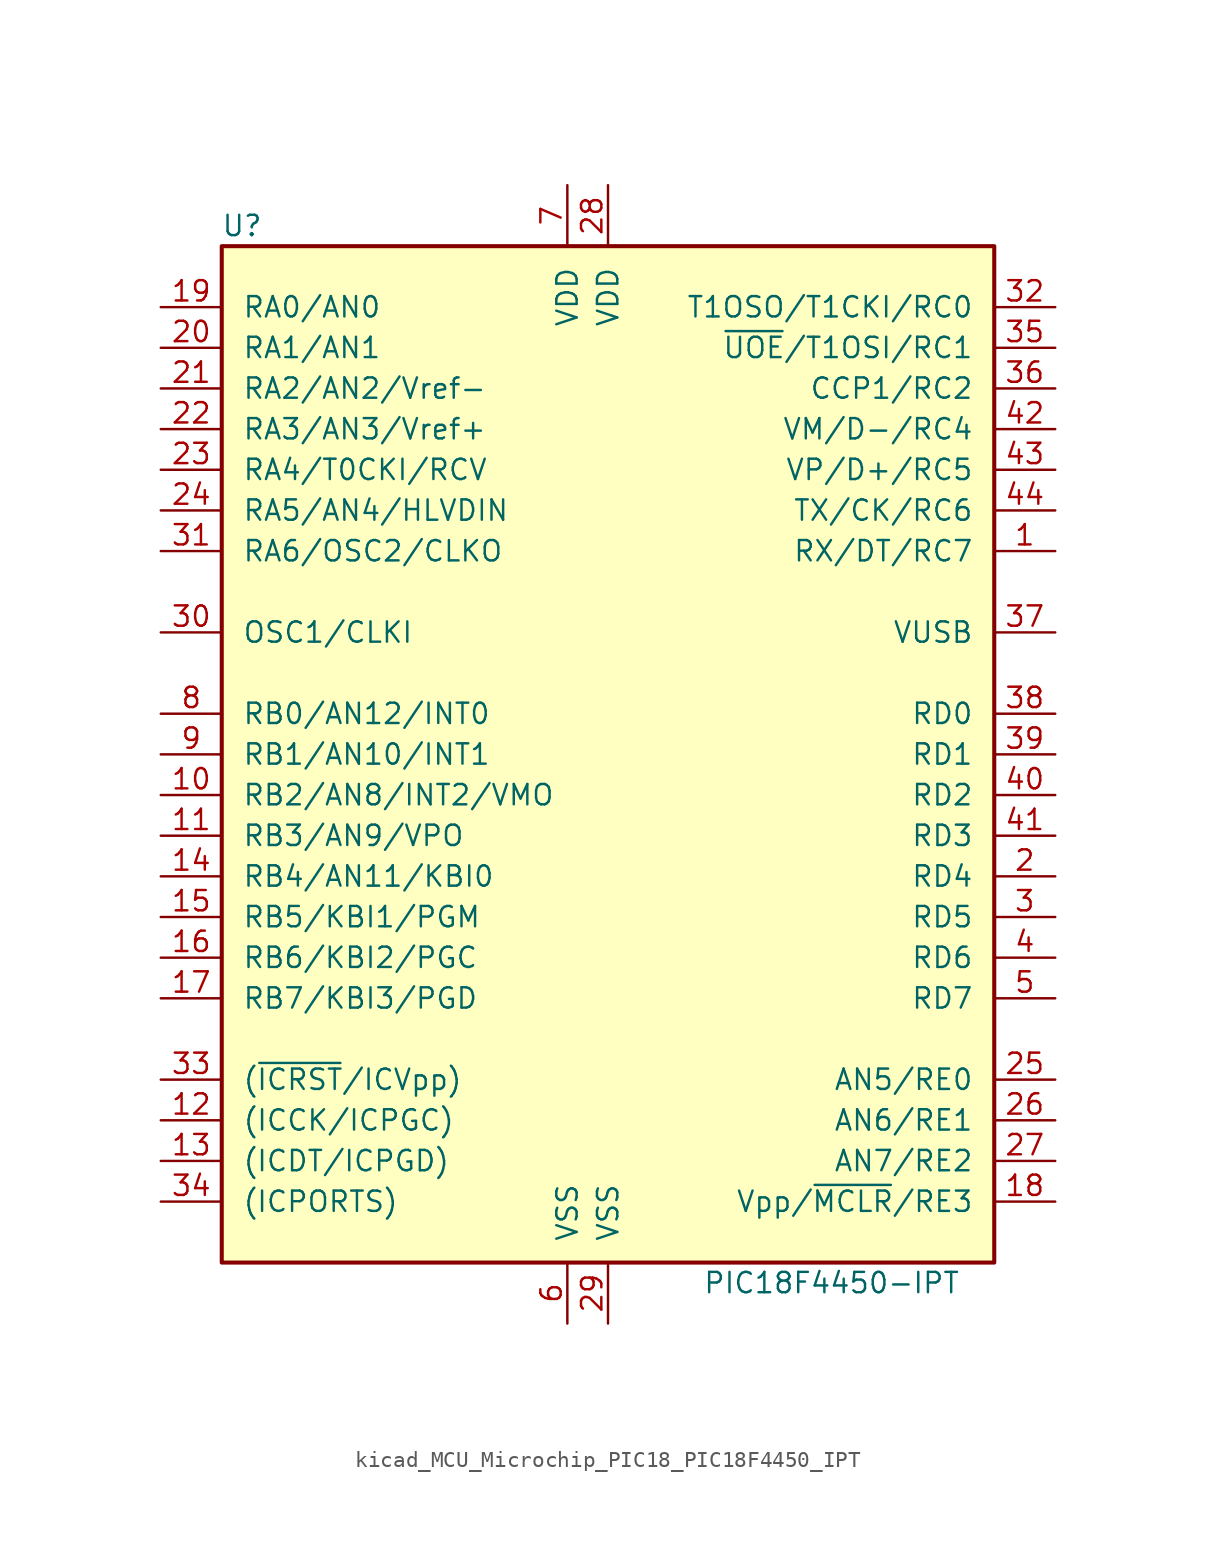
<source format=kicad_sym>
(kicad_symbol_lib
  (version 20220914)
  (generator kicad_symbol_editor)
  (symbol "kicad_MCU_Microchip_PIC18_PIC18F4450_IPT"
    (pin_names
      (offset 1.27))
    (property "Reference" "U"
      (at -22.86 33.02 0)
      (effects (font (size 1.27 1.27))))
    (property "Value" "PIC18F4450-IPT"
      (at 13.97 -33.02 0)
      (effects (font (size 1.27 1.27))))
    (symbol "kicad_MCU_Microchip_PIC18_PIC18F4450_IPT_0_1"
      (rectangle (start -24.13 31.75) (end 24.13 -31.75) (stroke (width 0.254) (type default)) (fill (type background))))
    (symbol "kicad_MCU_Microchip_PIC18_PIC18F4450_IPT_1_1"
      (pin bidirectional line (at 27.94 12.7 180) (length 3.81) (name "RX/DT/RC7" (effects (font (size 1.27 1.27)))) (number "1" (effects (font (size 1.27 1.27)))))
      (pin bidirectional line (at -27.94 -2.54 0) (length 3.81) (name "RB2/AN8/INT2/VMO" (effects (font (size 1.27 1.27)))) (number "10" (effects (font (size 1.27 1.27)))))
      (pin bidirectional line (at -27.94 -5.08 0) (length 3.81) (name "RB3/AN9/VPO" (effects (font (size 1.27 1.27)))) (number "11" (effects (font (size 1.27 1.27)))))
      (pin bidirectional line (at -27.94 -22.86 0) (length 3.81) (name "(ICCK/ICPGC)" (effects (font (size 1.27 1.27)))) (number "12" (effects (font (size 1.27 1.27)))))
      (pin bidirectional line (at -27.94 -25.4 0) (length 3.81) (name "(ICDT/ICPGD)" (effects (font (size 1.27 1.27)))) (number "13" (effects (font (size 1.27 1.27)))))
      (pin bidirectional line (at -27.94 -7.62 0) (length 3.81) (name "RB4/AN11/KBI0" (effects (font (size 1.27 1.27)))) (number "14" (effects (font (size 1.27 1.27)))))
      (pin bidirectional line (at -27.94 -10.16 0) (length 3.81) (name "RB5/KBI1/PGM" (effects (font (size 1.27 1.27)))) (number "15" (effects (font (size 1.27 1.27)))))
      (pin bidirectional line (at -27.94 -12.7 0) (length 3.81) (name "RB6/KBI2/PGC" (effects (font (size 1.27 1.27)))) (number "16" (effects (font (size 1.27 1.27)))))
      (pin bidirectional line (at -27.94 -15.24 0) (length 3.81) (name "RB7/KBI3/PGD" (effects (font (size 1.27 1.27)))) (number "17" (effects (font (size 1.27 1.27)))))
      (pin input line (at 27.94 -27.94 180) (length 3.81) (name "Vpp/~{MCLR}/RE3" (effects (font (size 1.27 1.27)))) (number "18" (effects (font (size 1.27 1.27)))))
      (pin bidirectional line (at -27.94 27.94 0) (length 3.81) (name "RA0/AN0" (effects (font (size 1.27 1.27)))) (number "19" (effects (font (size 1.27 1.27)))))
      (pin bidirectional line (at 27.94 -7.62 180) (length 3.81) (name "RD4" (effects (font (size 1.27 1.27)))) (number "2" (effects (font (size 1.27 1.27)))))
      (pin bidirectional line (at -27.94 25.4 0) (length 3.81) (name "RA1/AN1" (effects (font (size 1.27 1.27)))) (number "20" (effects (font (size 1.27 1.27)))))
      (pin bidirectional line (at -27.94 22.86 0) (length 3.81) (name "RA2/AN2/Vref-" (effects (font (size 1.27 1.27)))) (number "21" (effects (font (size 1.27 1.27)))))
      (pin bidirectional line (at -27.94 20.32 0) (length 3.81) (name "RA3/AN3/Vref+" (effects (font (size 1.27 1.27)))) (number "22" (effects (font (size 1.27 1.27)))))
      (pin bidirectional line (at -27.94 17.78 0) (length 3.81) (name "RA4/T0CKI/RCV" (effects (font (size 1.27 1.27)))) (number "23" (effects (font (size 1.27 1.27)))))
      (pin bidirectional line (at -27.94 15.24 0) (length 3.81) (name "RA5/AN4/HLVDIN" (effects (font (size 1.27 1.27)))) (number "24" (effects (font (size 1.27 1.27)))))
      (pin bidirectional line (at 27.94 -20.32 180) (length 3.81) (name "AN5/RE0" (effects (font (size 1.27 1.27)))) (number "25" (effects (font (size 1.27 1.27)))))
      (pin bidirectional line (at 27.94 -22.86 180) (length 3.81) (name "AN6/RE1" (effects (font (size 1.27 1.27)))) (number "26" (effects (font (size 1.27 1.27)))))
      (pin bidirectional line (at 27.94 -25.4 180) (length 3.81) (name "AN7/RE2" (effects (font (size 1.27 1.27)))) (number "27" (effects (font (size 1.27 1.27)))))
      (pin power_in line (at 0 35.56 270) (length 3.81) (name "VDD" (effects (font (size 1.27 1.27)))) (number "28" (effects (font (size 1.27 1.27)))))
      (pin power_in line (at 0 -35.56 90) (length 3.81) (name "VSS" (effects (font (size 1.27 1.27)))) (number "29" (effects (font (size 1.27 1.27)))))
      (pin bidirectional line (at 27.94 -10.16 180) (length 3.81) (name "RD5" (effects (font (size 1.27 1.27)))) (number "3" (effects (font (size 1.27 1.27)))))
      (pin input line (at -27.94 7.62 0) (length 3.81) (name "OSC1/CLKI" (effects (font (size 1.27 1.27)))) (number "30" (effects (font (size 1.27 1.27)))))
      (pin output line (at -27.94 12.7 0) (length 3.81) (name "RA6/OSC2/CLKO" (effects (font (size 1.27 1.27)))) (number "31" (effects (font (size 1.27 1.27)))))
      (pin bidirectional line (at 27.94 27.94 180) (length 3.81) (name "T1OSO/T1CKI/RC0" (effects (font (size 1.27 1.27)))) (number "32" (effects (font (size 1.27 1.27)))))
      (pin input line (at -27.94 -20.32 0) (length 3.81) (name "(~{ICRST}/ICVpp)" (effects (font (size 1.27 1.27)))) (number "33" (effects (font (size 1.27 1.27)))))
      (pin bidirectional line (at -27.94 -27.94 0) (length 3.81) (name "(ICPORTS)" (effects (font (size 1.27 1.27)))) (number "34" (effects (font (size 1.27 1.27)))))
      (pin bidirectional line (at 27.94 25.4 180) (length 3.81) (name "~{UOE}/T1OSI/RC1" (effects (font (size 1.27 1.27)))) (number "35" (effects (font (size 1.27 1.27)))))
      (pin bidirectional line (at 27.94 22.86 180) (length 3.81) (name "CCP1/RC2" (effects (font (size 1.27 1.27)))) (number "36" (effects (font (size 1.27 1.27)))))
      (pin bidirectional line (at 27.94 7.62 180) (length 3.81) (name "VUSB" (effects (font (size 1.27 1.27)))) (number "37" (effects (font (size 1.27 1.27)))))
      (pin bidirectional line (at 27.94 2.54 180) (length 3.81) (name "RD0" (effects (font (size 1.27 1.27)))) (number "38" (effects (font (size 1.27 1.27)))))
      (pin bidirectional line (at 27.94 0 180) (length 3.81) (name "RD1" (effects (font (size 1.27 1.27)))) (number "39" (effects (font (size 1.27 1.27)))))
      (pin bidirectional line (at 27.94 -12.7 180) (length 3.81) (name "RD6" (effects (font (size 1.27 1.27)))) (number "4" (effects (font (size 1.27 1.27)))))
      (pin bidirectional line (at 27.94 -2.54 180) (length 3.81) (name "RD2" (effects (font (size 1.27 1.27)))) (number "40" (effects (font (size 1.27 1.27)))))
      (pin bidirectional line (at 27.94 -5.08 180) (length 3.81) (name "RD3" (effects (font (size 1.27 1.27)))) (number "41" (effects (font (size 1.27 1.27)))))
      (pin bidirectional line (at 27.94 20.32 180) (length 3.81) (name "VM/D-/RC4" (effects (font (size 1.27 1.27)))) (number "42" (effects (font (size 1.27 1.27)))))
      (pin bidirectional line (at 27.94 17.78 180) (length 3.81) (name "VP/D+/RC5" (effects (font (size 1.27 1.27)))) (number "43" (effects (font (size 1.27 1.27)))))
      (pin bidirectional line (at 27.94 15.24 180) (length 3.81) (name "TX/CK/RC6" (effects (font (size 1.27 1.27)))) (number "44" (effects (font (size 1.27 1.27)))))
      (pin bidirectional line (at 27.94 -15.24 180) (length 3.81) (name "RD7" (effects (font (size 1.27 1.27)))) (number "5" (effects (font (size 1.27 1.27)))))
      (pin power_in line (at -2.54 -35.56 90) (length 3.81) (name "VSS" (effects (font (size 1.27 1.27)))) (number "6" (effects (font (size 1.27 1.27)))))
      (pin power_in line (at -2.54 35.56 270) (length 3.81) (name "VDD" (effects (font (size 1.27 1.27)))) (number "7" (effects (font (size 1.27 1.27)))))
      (pin bidirectional line (at -27.94 2.54 0) (length 3.81) (name "RB0/AN12/INT0" (effects (font (size 1.27 1.27)))) (number "8" (effects (font (size 1.27 1.27)))))
      (pin bidirectional line (at -27.94 0 0) (length 3.81) (name "RB1/AN10/INT1" (effects (font (size 1.27 1.27)))) (number "9" (effects (font (size 1.27 1.27))))))))
</source>
